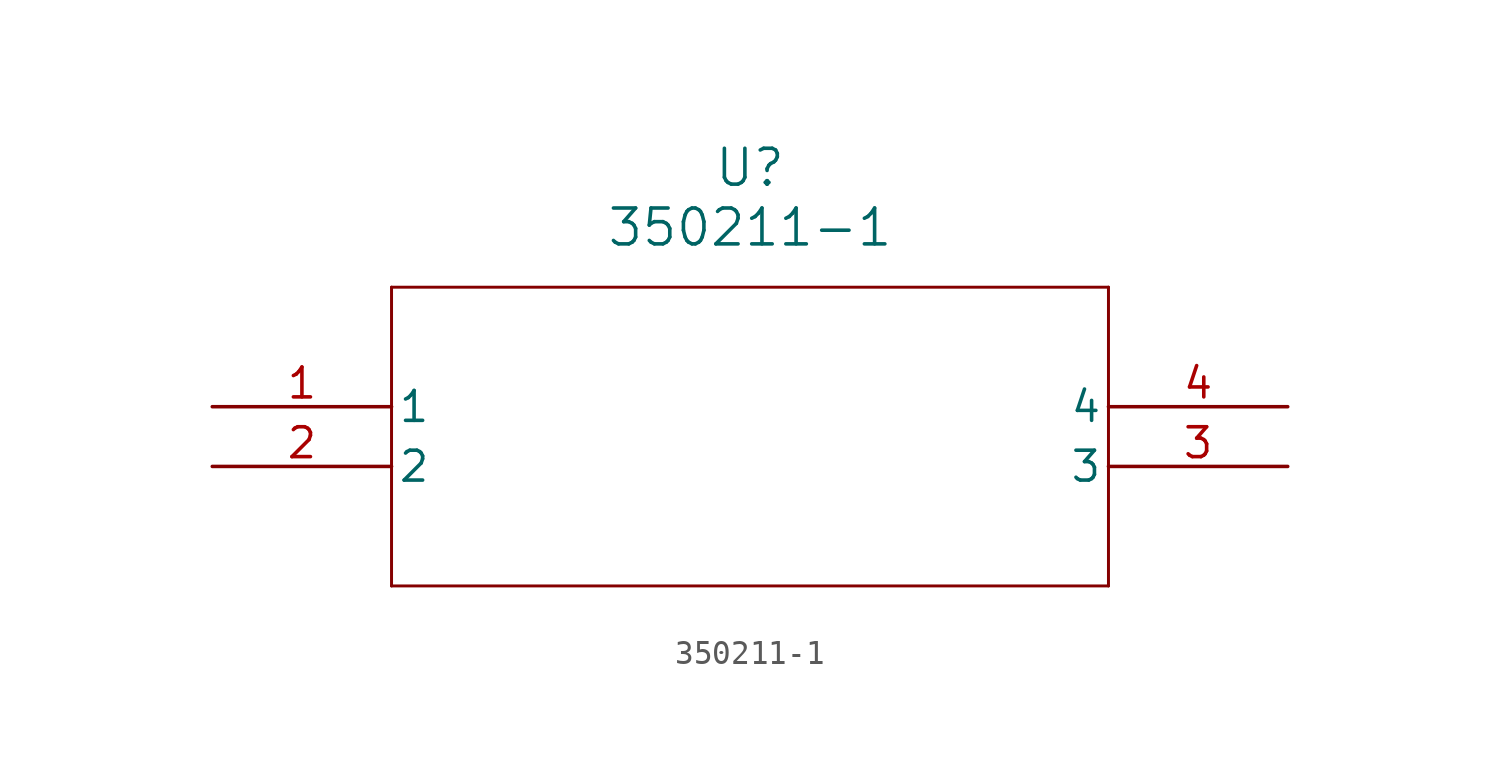
<source format=kicad_sym>
(kicad_symbol_lib
  (version 20211014)
  (generator kicad_symbol_editor)
  (symbol "350211-1"
    (pin_names
      (offset 0.254))
    (property "Reference" "U"
      (at 22.86 10.16 0)
      (effects (font (size 1.524 1.524))))
    (property "Value" "350211-1"
      (at 22.86 7.62 0)
      (effects (font (size 1.524 1.524))))
    (symbol "350211-1_0_1"
      (polyline (pts (xy 7.62 5.08) (xy 7.62 -7.62)) (stroke (width 0.127) (type default) (color 0 0 0 0)) (fill (type none)))
      (polyline (pts (xy 7.62 -7.62) (xy 38.1 -7.62)) (stroke (width 0.127) (type default) (color 0 0 0 0)) (fill (type none)))
      (polyline (pts (xy 38.1 -7.62) (xy 38.1 5.08)) (stroke (width 0.127) (type default) (color 0 0 0 0)) (fill (type none)))
      (polyline (pts (xy 38.1 5.08) (xy 7.62 5.08)) (stroke (width 0.127) (type default) (color 0 0 0 0)) (fill (type none)))
      (pin unspecified line (at 0 0 0) (length 7.62) (name "1" (effects (font (size 1.27 1.27)))) (number "1" (effects (font (size 1.27 1.27)))))
      (pin unspecified line (at 0 -2.54 0) (length 7.62) (name "2" (effects (font (size 1.27 1.27)))) (number "2" (effects (font (size 1.27 1.27)))))
      (pin unspecified line (at 45.72 -2.54 180) (length 7.62) (name "3" (effects (font (size 1.27 1.27)))) (number "3" (effects (font (size 1.27 1.27)))))
      (pin unspecified line (at 45.72 0 180) (length 7.62) (name "4" (effects (font (size 1.27 1.27)))) (number "4" (effects (font (size 1.27 1.27))))))))
</source>
